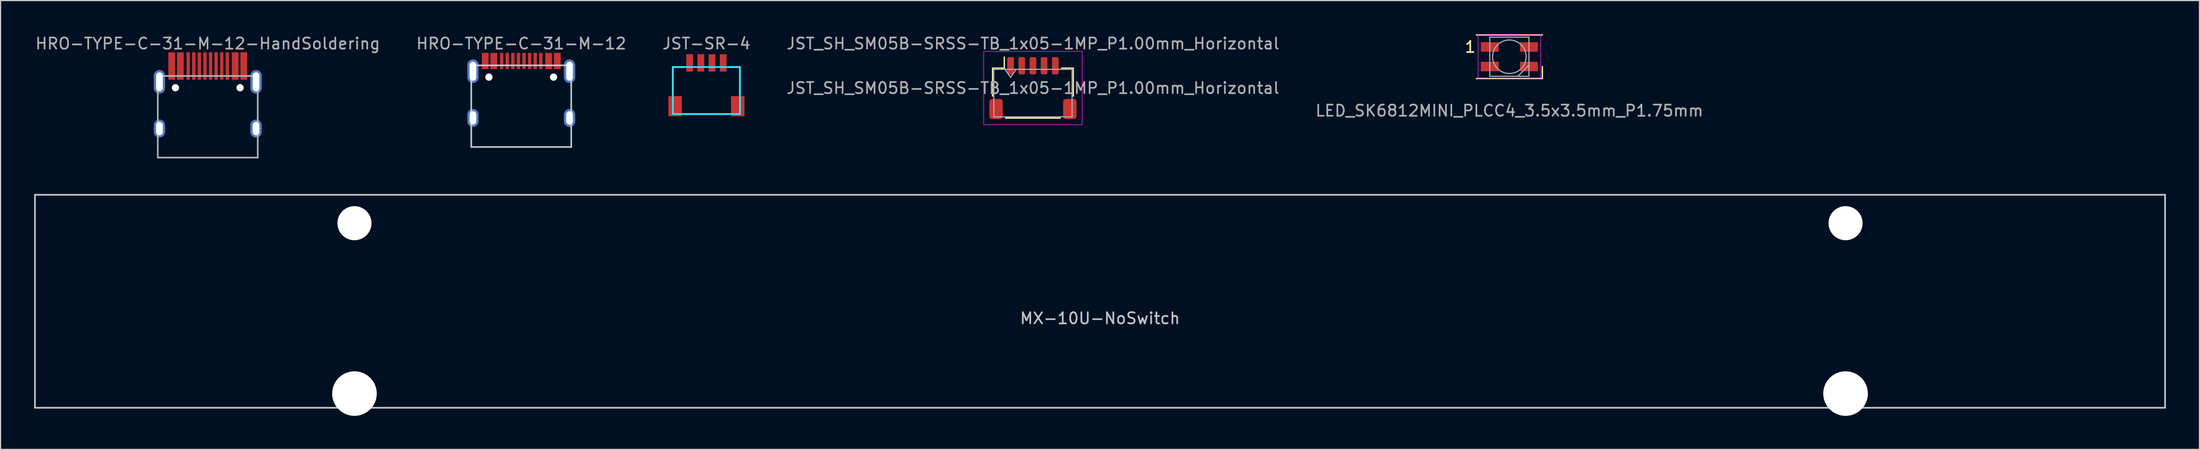
<source format=kicad_pcb>
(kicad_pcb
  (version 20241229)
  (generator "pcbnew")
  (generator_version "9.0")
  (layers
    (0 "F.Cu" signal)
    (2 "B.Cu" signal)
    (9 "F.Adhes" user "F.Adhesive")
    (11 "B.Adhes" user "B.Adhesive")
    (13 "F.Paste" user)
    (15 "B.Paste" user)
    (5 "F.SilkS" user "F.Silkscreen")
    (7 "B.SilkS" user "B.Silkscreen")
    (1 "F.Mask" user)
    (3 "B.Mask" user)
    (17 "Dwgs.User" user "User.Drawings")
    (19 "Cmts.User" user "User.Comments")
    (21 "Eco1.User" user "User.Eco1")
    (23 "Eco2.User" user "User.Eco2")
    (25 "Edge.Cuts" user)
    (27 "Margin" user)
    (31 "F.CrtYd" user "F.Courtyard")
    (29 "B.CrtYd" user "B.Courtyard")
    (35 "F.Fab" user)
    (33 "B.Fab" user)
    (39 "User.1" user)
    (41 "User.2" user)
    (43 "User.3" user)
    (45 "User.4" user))
  (footprint "HRO-TYPE-C-31-M-12-HandSoldering"
    (layer "F.Cu")
    (at 15.53 11.048)
    (property "Reference" "HRO-TYPE-C-31-M-12-HandSoldering" (at 0 -10.2 0) (layer "F.Fab") (effects (font (size 1 1) (thickness 0.15))))
    (attr smd)
    (fp_line (start -4.47 -7.3) (end 4.47 -7.3) (stroke (width 0.15) (type solid)) (layer "F.Fab"))
    (fp_line (start -4.47 0) (end -4.47 -7.3) (stroke (width 0.15) (type solid)) (layer "F.Fab"))
    (fp_line (start -4.47 0) (end 4.47 0) (stroke (width 0.15) (type solid)) (layer "F.Fab"))
    (fp_line (start 4.47 0) (end 4.47 -7.3) (stroke (width 0.15) (type solid)) (layer "F.Fab"))
    (pad "" np_thru_hole circle (at -2.89 -6.25) (size 0.65 0.65) (drill 0.65) (layers "*.Cu" "*.Mask"))
    (pad "" np_thru_hole circle (at 2.89 -6.25) (size 0.65 0.65) (drill 0.65) (layers "*.Cu" "*.Mask"))
    (pad "1" smd rect (at -3.225 -8.195) (size 0.6 2.45) (layers "F.Cu" "F.Mask" "F.Paste"))
    (pad "2" smd rect (at -2.45 -8.195) (size 0.6 2.45) (layers "F.Cu" "F.Mask" "F.Paste"))
    (pad "3" smd rect (at -1.75 -8.195) (size 0.3 2.45) (layers "F.Cu" "F.Mask" "F.Paste"))
    (pad "4" smd rect (at -1.25 -8.195) (size 0.3 2.45) (layers "F.Cu" "F.Mask" "F.Paste"))
    (pad "5" smd rect (at -0.75 -8.195) (size 0.3 2.45) (layers "F.Cu" "F.Mask" "F.Paste"))
    (pad "6" smd rect (at -0.25 -8.195) (size 0.3 2.45) (layers "F.Cu" "F.Mask" "F.Paste"))
    (pad "7" smd rect (at 0.25 -8.195) (size 0.3 2.45) (layers "F.Cu" "F.Mask" "F.Paste"))
    (pad "8" smd rect (at 0.75 -8.195) (size 0.3 2.45) (layers "F.Cu" "F.Mask" "F.Paste"))
    (pad "9" smd rect (at 1.25 -8.195) (size 0.3 2.45) (layers "F.Cu" "F.Mask" "F.Paste"))
    (pad "10" smd rect (at 1.75 -8.195) (size 0.3 2.45) (layers "F.Cu" "F.Mask" "F.Paste"))
    (pad "11" smd rect (at 2.45 -8.195) (size 0.6 2.45) (layers "F.Cu" "F.Mask" "F.Paste"))
    (pad "12" smd rect (at 3.225 -8.195) (size 0.6 2.45) (layers "F.Cu" "F.Mask" "F.Paste"))
    (pad "13" thru_hole oval (at -4.32 -6.78) (size 1 2.1) (drill oval 0.6 1.7) (layers "*.Cu" "B.Mask"))
    (pad "13" thru_hole oval (at -4.32 -2.6) (size 1 1.6) (drill oval 0.6 1.2) (layers "*.Cu" "B.Mask"))
    (pad "13" thru_hole oval (at 4.32 -6.78) (size 1 2.1) (drill oval 0.6 1.7) (layers "*.Cu" "B.Mask"))
    (pad "13" thru_hole oval (at 4.32 -2.6) (size 1 1.6) (drill oval 0.6 1.2) (layers "*.Cu" "B.Mask")))
  (footprint "JST_SH_SM05B-SRSS-TB_1x05-1MP_P1.00mm_Horizontal"
    (layer "F.Cu")
    (at 89.327 4.828)
    (property "Reference" "JST_SH_SM05B-SRSS-TB_1x05-1MP_P1.00mm_Horizontal" (at 0 -3.98 0) (layer "F.Fab") (effects (font (size 1 1) (thickness 0.15))))
    (attr smd)
    (fp_line (start -3.61 -1.785) (end -2.56 -1.785) (stroke (width 0.12) (type solid)) (layer "F.SilkS"))
    (fp_line (start -3.61 0.715) (end -3.61 -1.785) (stroke (width 0.12) (type solid)) (layer "F.SilkS"))
    (fp_line (start -2.56 -1.785) (end -2.56 -2.775) (stroke (width 0.12) (type solid)) (layer "F.SilkS"))
    (fp_line (start -2.44 2.685) (end 2.44 2.685) (stroke (width 0.12) (type solid)) (layer "F.SilkS"))
    (fp_line (start 3.61 -1.785) (end 2.56 -1.785) (stroke (width 0.12) (type solid)) (layer "F.SilkS"))
    (fp_line (start 3.61 0.715) (end 3.61 -1.785) (stroke (width 0.12) (type solid)) (layer "F.SilkS"))
    (fp_line (start -4.4 -3.28) (end -4.4 3.28) (stroke (width 0.05) (type solid)) (layer "F.CrtYd"))
    (fp_line (start -4.4 3.28) (end 4.4 3.28) (stroke (width 0.05) (type solid)) (layer "F.CrtYd"))
    (fp_line (start 4.4 -3.28) (end -4.4 -3.28) (stroke (width 0.05) (type solid)) (layer "F.CrtYd"))
    (fp_line (start 4.4 3.28) (end 4.4 -3.28) (stroke (width 0.05) (type solid)) (layer "F.CrtYd"))
    (fp_line (start -3.5 -1.675) (end -3.5 2.575) (stroke (width 0.1) (type solid)) (layer "F.Fab"))
    (fp_line (start -3.5 -1.675) (end 3.5 -1.675) (stroke (width 0.1) (type solid)) (layer "F.Fab"))
    (fp_line (start -3.5 2.575) (end 3.5 2.575) (stroke (width 0.1) (type solid)) (layer "F.Fab"))
    (fp_line (start -2.5 -1.675) (end -2 -0.968) (stroke (width 0.1) (type solid)) (layer "F.Fab"))
    (fp_line (start -2 -0.968) (end -1.5 -1.675) (stroke (width 0.1) (type solid)) (layer "F.Fab"))
    (fp_line (start 3.5 -1.675) (end 3.5 2.575) (stroke (width 0.1) (type solid)) (layer "F.Fab"))
    (fp_text user "${REFERENCE}" (at 0 0 0) (layer "F.Fab") (effects (font (size 1 1) (thickness 0.15))))
    (pad "1" smd roundrect (at -2 -2) (size 0.6 1.55) (layers "F.Cu" "F.Mask" "F.Paste") (roundrect_rratio 0.25))
    (pad "2" smd roundrect (at -1 -2) (size 0.6 1.55) (layers "F.Cu" "F.Mask" "F.Paste") (roundrect_rratio 0.25))
    (pad "3" smd roundrect (at 0 -2) (size 0.6 1.55) (layers "F.Cu" "F.Mask" "F.Paste") (roundrect_rratio 0.25))
    (pad "4" smd roundrect (at 1 -2) (size 0.6 1.55) (layers "F.Cu" "F.Mask" "F.Paste") (roundrect_rratio 0.25))
    (pad "5" smd roundrect (at 2 -2) (size 0.6 1.55) (layers "F.Cu" "F.Mask" "F.Paste") (roundrect_rratio 0.25))
    (pad "MP" smd roundrect (at -3.3 1.875) (size 1.2 1.8) (layers "F.Cu" "F.Mask" "F.Paste") (roundrect_rratio 0.208))
    (pad "MP" smd roundrect (at 3.3 1.875) (size 1.2 1.8) (layers "F.Cu" "F.Mask" "F.Paste") (roundrect_rratio 0.208)))
  (footprint "LED_SK6812MINI_PLCC4_3.5x3.5mm_P1.75mm"
    (layer "F.Cu")
    (at 131.935 2.025)
    (property "Reference" "LED_SK6812MINI_PLCC4_3.5x3.5mm_P1.75mm" (at 0 4.826 0) (layer "F.Fab") (effects (font (size 1 1) (thickness 0.15))))
    (attr smd)
    (fp_line (start -2.95 -1.95) (end 2.95 -1.95) (stroke (width 0.12) (type solid)) (layer "F.SilkS"))
    (fp_line (start -2.95 1.95) (end 2.95 1.95) (stroke (width 0.12) (type solid)) (layer "F.SilkS"))
    (fp_line (start 2.95 1.95) (end 2.95 0.875) (stroke (width 0.12) (type solid)) (layer "F.SilkS"))
    (fp_line (start -2.8 -2) (end -2.8 2) (stroke (width 0.05) (type solid)) (layer "F.CrtYd"))
    (fp_line (start -2.8 2) (end 2.8 2) (stroke (width 0.05) (type solid)) (layer "F.CrtYd"))
    (fp_line (start 2.8 -2) (end -2.8 -2) (stroke (width 0.05) (type solid)) (layer "F.CrtYd"))
    (fp_line (start 2.8 2) (end 2.8 -2) (stroke (width 0.05) (type solid)) (layer "F.CrtYd"))
    (fp_line (start -1.75 -1.75) (end -1.75 1.75) (stroke (width 0.1) (type solid)) (layer "F.Fab"))
    (fp_line (start -1.75 1.75) (end 1.75 1.75) (stroke (width 0.1) (type solid)) (layer "F.Fab"))
    (fp_line (start 1.75 -1.75) (end -1.75 -1.75) (stroke (width 0.1) (type solid)) (layer "F.Fab"))
    (fp_line (start 1.75 0.75) (end 0.75 1.75) (stroke (width 0.1) (type solid)) (layer "F.Fab"))
    (fp_line (start 1.75 1.75) (end 1.75 -1.75) (stroke (width 0.1) (type solid)) (layer "F.Fab"))
    (fp_circle (center 0 0) (end 0 -1.5) (stroke (width 0.1) (type solid)) (fill no) (layer "F.Fab"))
    (fp_text user "1" (at -3.5 -0.875 0) (layer "F.SilkS") (effects (font (size 1 1) (thickness 0.15))))
    (pad "1" smd rect (at -1.75 -0.875) (size 1.6 0.85) (layers "F.Cu" "F.Mask" "F.Paste"))
    (pad "2" smd rect (at -1.75 0.875) (size 1.6 0.85) (layers "F.Cu" "F.Mask" "F.Paste"))
    (pad "3" smd rect (at 1.75 0.875) (size 1.6 0.85) (layers "F.Cu" "F.Mask" "F.Paste"))
    (pad "4" smd rect (at 1.75 -0.875) (size 1.6 0.85) (layers "F.Cu" "F.Mask" "F.Paste")))
  (footprint "JST-SR-4"
    (layer "F.Cu")
    (at 60.125 7.348)
    (property "Reference" "JST-SR-4" (at 0 -6.5 0) (layer "F.Fab") (effects (font (size 1 1) (thickness 0.15))))
    (attr through_hole)
    (fp_line (start -3 -4.4) (end -2 -4.4) (stroke (width 0.15) (type solid)) (layer "F.SilkS"))
    (fp_line (start -3 -2) (end -3 -4.4) (stroke (width 0.15) (type solid)) (layer "F.SilkS"))
    (fp_line (start 2 -4.4) (end 3 -4.4) (stroke (width 0.15) (type solid)) (layer "F.SilkS"))
    (fp_line (start 2 -0.2) (end -2 -0.2) (stroke (width 0.15) (type solid)) (layer "F.SilkS"))
    (fp_line (start 3 -4.4) (end 3 -2) (stroke (width 0.15) (type solid)) (layer "F.SilkS"))
    (fp_line (start -3 -4.4) (end 3 -4.4) (stroke (width 0.15) (type solid)) (layer "B.CrtYd"))
    (fp_line (start -3 -0.2) (end -3 -4.4) (stroke (width 0.15) (type solid)) (layer "B.CrtYd"))
    (fp_line (start 3 -4.4) (end 3 -0.2) (stroke (width 0.15) (type solid)) (layer "B.CrtYd"))
    (fp_line (start 3 -0.2) (end -3 -0.2) (stroke (width 0.15) (type solid)) (layer "B.CrtYd"))
    (pad "" smd rect (at -2.8 -0.9) (size 1.2 1.8) (layers "F.Cu" "F.Mask" "F.Paste"))
    (pad "" smd rect (at 2.8 -0.9) (size 1.2 1.8) (layers "F.Cu" "F.Mask" "F.Paste"))
    (pad "1" smd rect (at -1.5 -4.775) (size 0.6 1.55) (layers "F.Cu" "F.Mask" "F.Paste"))
    (pad "2" smd rect (at -0.5 -4.775) (size 0.6 1.55) (layers "F.Cu" "F.Mask" "F.Paste"))
    (pad "3" smd rect (at 0.5 -4.775) (size 0.6 1.55) (layers "F.Cu" "F.Mask" "F.Paste"))
    (pad "4" smd rect (at 1.5 -4.775) (size 0.6 1.55) (layers "F.Cu" "F.Mask" "F.Paste")))
  (footprint "HRO-TYPE-C-31-M-12"
    (layer "F.Cu")
    (at 43.565 10.098)
    (property "Reference" "HRO-TYPE-C-31-M-12" (at 0 -9.25 0) (layer "F.Fab") (effects (font (size 1 1) (thickness 0.15))))
    (attr smd)
    (fp_line (start -4.47 -7.3) (end 4.47 -7.3) (stroke (width 0.15) (type solid)) (layer "Dwgs.User"))
    (fp_line (start -4.47 0) (end -4.47 -7.3) (stroke (width 0.15) (type solid)) (layer "Dwgs.User"))
    (fp_line (start -4.47 0) (end 4.47 0) (stroke (width 0.15) (type solid)) (layer "Dwgs.User"))
    (fp_line (start 4.47 0) (end 4.47 -7.3) (stroke (width 0.15) (type solid)) (layer "Dwgs.User"))
    (pad "" np_thru_hole circle (at -2.89 -6.25) (size 0.65 0.65) (drill 0.65) (layers "*.Cu" "*.Mask"))
    (pad "" np_thru_hole circle (at 2.89 -6.25) (size 0.65 0.65) (drill 0.65) (layers "*.Cu" "*.Mask"))
    (pad "1" smd rect (at -3.225 -7.695) (size 0.6 1.45) (layers "F.Cu" "F.Mask" "F.Paste"))
    (pad "2" smd rect (at -2.45 -7.695) (size 0.6 1.45) (layers "F.Cu" "F.Mask" "F.Paste"))
    (pad "3" smd rect (at -1.75 -7.695) (size 0.3 1.45) (layers "F.Cu" "F.Mask" "F.Paste"))
    (pad "4" smd rect (at -1.25 -7.695) (size 0.3 1.45) (layers "F.Cu" "F.Mask" "F.Paste"))
    (pad "5" smd rect (at -0.75 -7.695) (size 0.3 1.45) (layers "F.Cu" "F.Mask" "F.Paste"))
    (pad "6" smd rect (at -0.25 -7.695) (size 0.3 1.45) (layers "F.Cu" "F.Mask" "F.Paste"))
    (pad "7" smd rect (at 0.25 -7.695) (size 0.3 1.45) (layers "F.Cu" "F.Mask" "F.Paste"))
    (pad "8" smd rect (at 0.75 -7.695) (size 0.3 1.45) (layers "F.Cu" "F.Mask" "F.Paste"))
    (pad "9" smd rect (at 1.25 -7.695) (size 0.3 1.45) (layers "F.Cu" "F.Mask" "F.Paste"))
    (pad "10" smd rect (at 1.75 -7.695) (size 0.3 1.45) (layers "F.Cu" "F.Mask" "F.Paste"))
    (pad "11" smd rect (at 2.45 -7.695) (size 0.6 1.45) (layers "F.Cu" "F.Mask" "F.Paste"))
    (pad "12" smd rect (at 3.225 -7.695) (size 0.6 1.45) (layers "F.Cu" "F.Mask" "F.Paste"))
    (pad "13" thru_hole oval (at -4.32 -6.78) (size 1 2.1) (drill oval 0.6 1.7) (layers "*.Cu" "B.Mask"))
    (pad "13" thru_hole oval (at -4.32 -2.6) (size 1 1.6) (drill oval 0.6 1.2) (layers "*.Cu" "B.Mask"))
    (pad "13" thru_hole oval (at 4.32 -6.78) (size 1 2.1) (drill oval 0.6 1.7) (layers "*.Cu" "B.Mask"))
    (pad "13" thru_hole oval (at 4.32 -2.6) (size 1 1.6) (drill oval 0.6 1.2) (layers "*.Cu" "B.Mask")))
  (footprint "MX-10U-NoSwitch"
    (layer "F.Cu")
    (at 95.325 23.898)
    (property "Reference" "MX-10U-NoSwitch" (at 0 1.524 0) (layer "Dwgs.User") (effects (font (size 1 1) (thickness 0.15))))
    (attr through_hole)
    (fp_line (start -95.25 -9.525) (end 95.25 -9.525) (stroke (width 0.15) (type solid)) (layer "Dwgs.User"))
    (fp_line (start -95.25 9.525) (end -95.25 -9.525) (stroke (width 0.15) (type solid)) (layer "Dwgs.User"))
    (fp_line (start -95.25 9.525) (end 95.25 9.525) (stroke (width 0.15) (type solid)) (layer "Dwgs.User"))
    (fp_line (start 95.25 -9.525) (end 95.25 9.525) (stroke (width 0.15) (type solid)) (layer "Dwgs.User"))
    (pad "" np_thru_hole circle (at -66.675 -6.985) (size 3.048 3.048) (drill 3.048) (layers "*.Cu" "*.Mask"))
    (pad "" np_thru_hole circle (at -66.675 8.255) (size 3.988 3.988) (drill 3.988) (layers "*.Cu" "*.Mask"))
    (pad "" np_thru_hole circle (at 66.675 -6.985) (size 3.048 3.048) (drill 3.048) (layers "*.Cu" "*.Mask"))
    (pad "" np_thru_hole circle (at 66.675 8.255) (size 3.988 3.988) (drill 3.988) (layers "*.Cu" "*.Mask")))
  (gr_rect
    (start -3 -3)
    (end 193.65 37.147)
    (stroke (width 0.1) (type default))
    (fill no)
    (layer "Edge.Cuts")))
</source>
